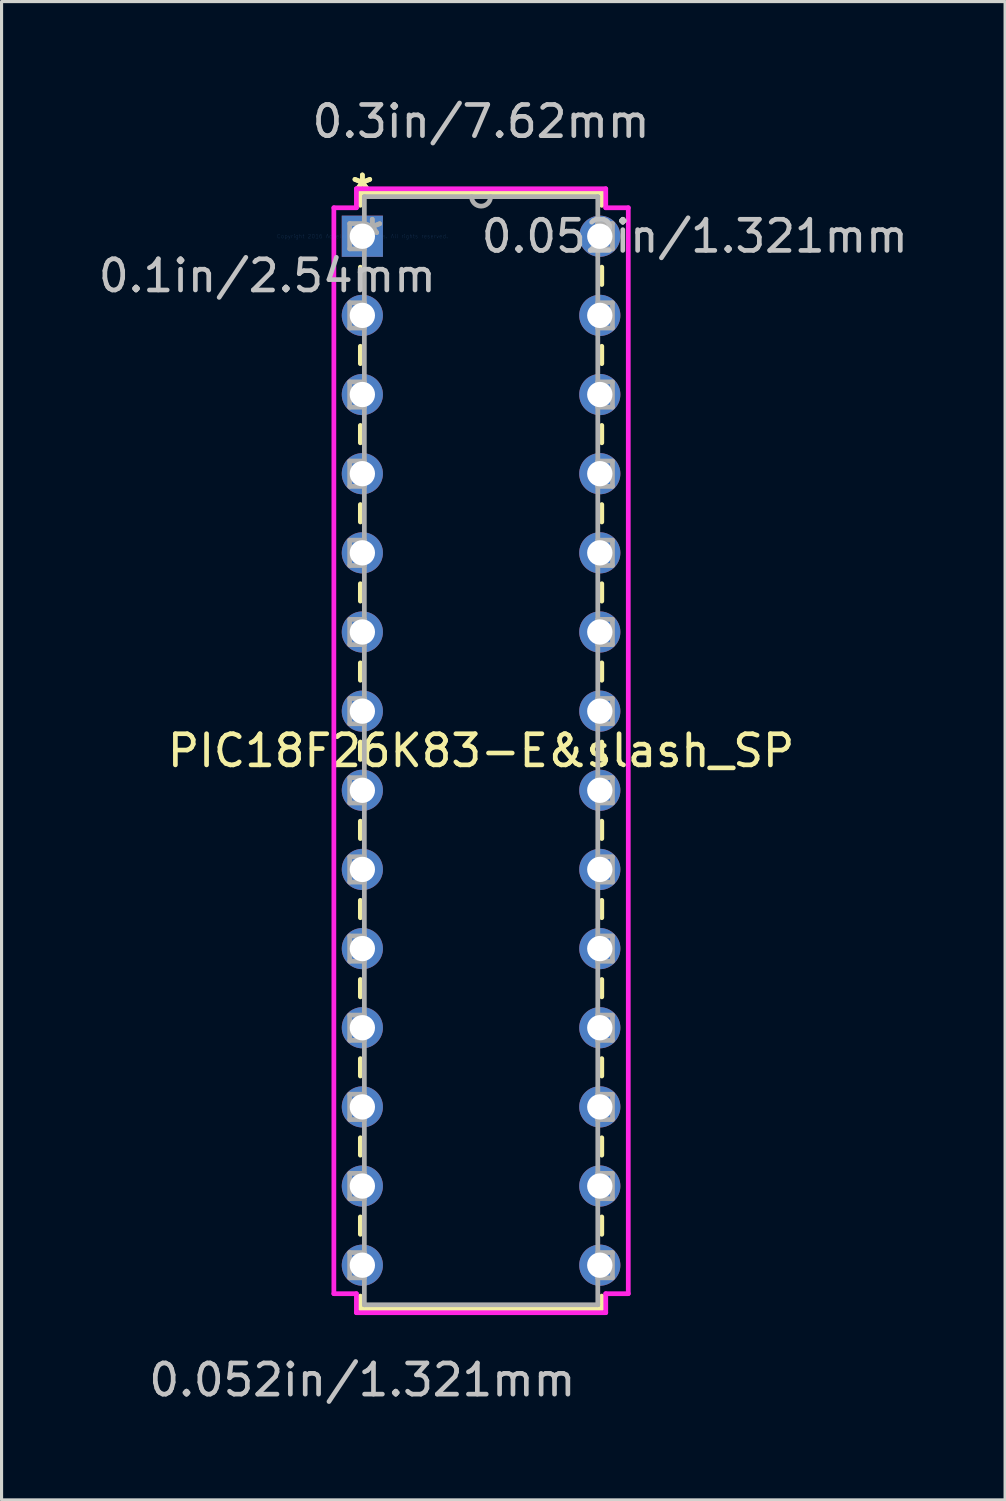
<source format=kicad_pcb>
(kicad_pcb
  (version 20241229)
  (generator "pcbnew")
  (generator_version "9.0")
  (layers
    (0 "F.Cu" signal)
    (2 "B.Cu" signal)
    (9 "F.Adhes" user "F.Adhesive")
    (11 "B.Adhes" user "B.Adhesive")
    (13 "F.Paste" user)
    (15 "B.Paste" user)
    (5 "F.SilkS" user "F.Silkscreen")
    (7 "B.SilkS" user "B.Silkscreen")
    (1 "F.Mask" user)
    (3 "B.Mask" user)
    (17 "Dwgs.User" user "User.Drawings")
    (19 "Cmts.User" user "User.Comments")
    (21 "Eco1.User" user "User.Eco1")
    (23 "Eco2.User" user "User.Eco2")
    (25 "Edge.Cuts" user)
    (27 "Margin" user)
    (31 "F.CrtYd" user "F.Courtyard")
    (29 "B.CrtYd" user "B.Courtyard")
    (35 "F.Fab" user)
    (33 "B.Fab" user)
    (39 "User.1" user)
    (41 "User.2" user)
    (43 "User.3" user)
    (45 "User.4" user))
  (footprint "PIC18F26K83-E&slash_SP"
    (layer "F.Cu")
    (at 8.578 4.531)
    (property "Reference" "PIC18F26K83-E&slash_SP" (at 3.81 16.51 0) (layer "F.SilkS") (effects (font (size 1 1) (thickness 0.15))))
    (attr through_hole)
    (fp_line (start -0.064 -1.397) (end -0.064 -0.993) (stroke (width 0.152) (type solid)) (layer "F.SilkS"))
    (fp_line (start -0.064 0.993) (end -0.064 1.549) (stroke (width 0.152) (type solid)) (layer "F.SilkS"))
    (fp_line (start -0.064 3.531) (end -0.064 4.089) (stroke (width 0.152) (type solid)) (layer "F.SilkS"))
    (fp_line (start -0.064 6.071) (end -0.064 6.629) (stroke (width 0.152) (type solid)) (layer "F.SilkS"))
    (fp_line (start -0.064 8.611) (end -0.064 9.169) (stroke (width 0.152) (type solid)) (layer "F.SilkS"))
    (fp_line (start -0.064 11.151) (end -0.064 11.709) (stroke (width 0.152) (type solid)) (layer "F.SilkS"))
    (fp_line (start -0.064 13.691) (end -0.064 14.249) (stroke (width 0.152) (type solid)) (layer "F.SilkS"))
    (fp_line (start -0.064 16.231) (end -0.064 16.789) (stroke (width 0.152) (type solid)) (layer "F.SilkS"))
    (fp_line (start -0.064 18.771) (end -0.064 19.329) (stroke (width 0.152) (type solid)) (layer "F.SilkS"))
    (fp_line (start -0.064 21.311) (end -0.064 21.869) (stroke (width 0.152) (type solid)) (layer "F.SilkS"))
    (fp_line (start -0.064 23.851) (end -0.064 24.409) (stroke (width 0.152) (type solid)) (layer "F.SilkS"))
    (fp_line (start -0.064 26.391) (end -0.064 26.949) (stroke (width 0.152) (type solid)) (layer "F.SilkS"))
    (fp_line (start -0.064 28.931) (end -0.064 29.489) (stroke (width 0.152) (type solid)) (layer "F.SilkS"))
    (fp_line (start -0.064 31.471) (end -0.064 32.029) (stroke (width 0.152) (type solid)) (layer "F.SilkS"))
    (fp_line (start -0.064 34.011) (end -0.064 34.417) (stroke (width 0.152) (type solid)) (layer "F.SilkS"))
    (fp_line (start -0.064 34.417) (end 7.684 34.417) (stroke (width 0.152) (type solid)) (layer "F.SilkS"))
    (fp_line (start 7.684 -1.397) (end -0.064 -1.397) (stroke (width 0.152) (type solid)) (layer "F.SilkS"))
    (fp_line (start 7.684 -0.991) (end 7.684 -1.397) (stroke (width 0.152) (type solid)) (layer "F.SilkS"))
    (fp_line (start 7.684 1.549) (end 7.684 0.991) (stroke (width 0.152) (type solid)) (layer "F.SilkS"))
    (fp_line (start 7.684 4.089) (end 7.684 3.531) (stroke (width 0.152) (type solid)) (layer "F.SilkS"))
    (fp_line (start 7.684 6.629) (end 7.684 6.071) (stroke (width 0.152) (type solid)) (layer "F.SilkS"))
    (fp_line (start 7.684 9.169) (end 7.684 8.611) (stroke (width 0.152) (type solid)) (layer "F.SilkS"))
    (fp_line (start 7.684 11.709) (end 7.684 11.151) (stroke (width 0.152) (type solid)) (layer "F.SilkS"))
    (fp_line (start 7.684 14.249) (end 7.684 13.691) (stroke (width 0.152) (type solid)) (layer "F.SilkS"))
    (fp_line (start 7.684 16.789) (end 7.684 16.231) (stroke (width 0.152) (type solid)) (layer "F.SilkS"))
    (fp_line (start 7.684 19.329) (end 7.684 18.771) (stroke (width 0.152) (type solid)) (layer "F.SilkS"))
    (fp_line (start 7.684 21.869) (end 7.684 21.311) (stroke (width 0.152) (type solid)) (layer "F.SilkS"))
    (fp_line (start 7.684 24.409) (end 7.684 23.851) (stroke (width 0.152) (type solid)) (layer "F.SilkS"))
    (fp_line (start 7.684 26.949) (end 7.684 26.391) (stroke (width 0.152) (type solid)) (layer "F.SilkS"))
    (fp_line (start 7.684 29.489) (end 7.684 28.931) (stroke (width 0.152) (type solid)) (layer "F.SilkS"))
    (fp_line (start 7.684 32.029) (end 7.684 31.471) (stroke (width 0.152) (type solid)) (layer "F.SilkS"))
    (fp_line (start 7.684 34.417) (end 7.684 34.011) (stroke (width 0.152) (type solid)) (layer "F.SilkS"))
    (fp_line (start -0.914 -0.914) (end -0.914 33.934) (stroke (width 0.152) (type solid)) (layer "F.CrtYd"))
    (fp_line (start -0.914 33.934) (end -0.191 33.934) (stroke (width 0.152) (type solid)) (layer "F.CrtYd"))
    (fp_line (start -0.191 -1.524) (end -0.191 -0.914) (stroke (width 0.152) (type solid)) (layer "F.CrtYd"))
    (fp_line (start -0.191 -0.914) (end -0.914 -0.914) (stroke (width 0.152) (type solid)) (layer "F.CrtYd"))
    (fp_line (start -0.191 33.934) (end -0.191 34.544) (stroke (width 0.152) (type solid)) (layer "F.CrtYd"))
    (fp_line (start -0.191 34.544) (end 7.811 34.544) (stroke (width 0.152) (type solid)) (layer "F.CrtYd"))
    (fp_line (start 7.811 -1.524) (end -0.191 -1.524) (stroke (width 0.152) (type solid)) (layer "F.CrtYd"))
    (fp_line (start 7.811 -0.914) (end 7.811 -1.524) (stroke (width 0.152) (type solid)) (layer "F.CrtYd"))
    (fp_line (start 7.811 33.934) (end 8.534 33.934) (stroke (width 0.152) (type solid)) (layer "F.CrtYd"))
    (fp_line (start 7.811 34.544) (end 7.811 33.934) (stroke (width 0.152) (type solid)) (layer "F.CrtYd"))
    (fp_line (start 8.534 -0.914) (end 7.811 -0.914) (stroke (width 0.152) (type solid)) (layer "F.CrtYd"))
    (fp_line (start 8.534 33.934) (end 8.534 -0.914) (stroke (width 0.152) (type solid)) (layer "F.CrtYd"))
    (fp_line (start -0.406 -0.406) (end -0.406 0.406) (stroke (width 0.152) (type solid)) (layer "F.Fab"))
    (fp_line (start -0.406 0.406) (end 0.064 0.406) (stroke (width 0.152) (type solid)) (layer "F.Fab"))
    (fp_line (start -0.406 2.134) (end -0.406 2.946) (stroke (width 0.152) (type solid)) (layer "F.Fab"))
    (fp_line (start -0.406 2.946) (end 0.064 2.946) (stroke (width 0.152) (type solid)) (layer "F.Fab"))
    (fp_line (start -0.406 4.674) (end -0.406 5.486) (stroke (width 0.152) (type solid)) (layer "F.Fab"))
    (fp_line (start -0.406 5.486) (end 0.064 5.486) (stroke (width 0.152) (type solid)) (layer "F.Fab"))
    (fp_line (start -0.406 7.214) (end -0.406 8.026) (stroke (width 0.152) (type solid)) (layer "F.Fab"))
    (fp_line (start -0.406 8.026) (end 0.064 8.026) (stroke (width 0.152) (type solid)) (layer "F.Fab"))
    (fp_line (start -0.406 9.754) (end -0.406 10.566) (stroke (width 0.152) (type solid)) (layer "F.Fab"))
    (fp_line (start -0.406 10.566) (end 0.064 10.566) (stroke (width 0.152) (type solid)) (layer "F.Fab"))
    (fp_line (start -0.406 12.294) (end -0.406 13.106) (stroke (width 0.152) (type solid)) (layer "F.Fab"))
    (fp_line (start -0.406 13.106) (end 0.064 13.106) (stroke (width 0.152) (type solid)) (layer "F.Fab"))
    (fp_line (start -0.406 14.834) (end -0.406 15.646) (stroke (width 0.152) (type solid)) (layer "F.Fab"))
    (fp_line (start -0.406 15.646) (end 0.064 15.646) (stroke (width 0.152) (type solid)) (layer "F.Fab"))
    (fp_line (start -0.406 17.374) (end -0.406 18.186) (stroke (width 0.152) (type solid)) (layer "F.Fab"))
    (fp_line (start -0.406 18.186) (end 0.064 18.186) (stroke (width 0.152) (type solid)) (layer "F.Fab"))
    (fp_line (start -0.406 19.914) (end -0.406 20.726) (stroke (width 0.152) (type solid)) (layer "F.Fab"))
    (fp_line (start -0.406 20.726) (end 0.064 20.726) (stroke (width 0.152) (type solid)) (layer "F.Fab"))
    (fp_line (start -0.406 22.454) (end -0.406 23.266) (stroke (width 0.152) (type solid)) (layer "F.Fab"))
    (fp_line (start -0.406 23.266) (end 0.064 23.266) (stroke (width 0.152) (type solid)) (layer "F.Fab"))
    (fp_line (start -0.406 24.994) (end -0.406 25.806) (stroke (width 0.152) (type solid)) (layer "F.Fab"))
    (fp_line (start -0.406 25.806) (end 0.064 25.806) (stroke (width 0.152) (type solid)) (layer "F.Fab"))
    (fp_line (start -0.406 27.534) (end -0.406 28.346) (stroke (width 0.152) (type solid)) (layer "F.Fab"))
    (fp_line (start -0.406 28.346) (end 0.064 28.346) (stroke (width 0.152) (type solid)) (layer "F.Fab"))
    (fp_line (start -0.406 30.074) (end -0.406 30.886) (stroke (width 0.152) (type solid)) (layer "F.Fab"))
    (fp_line (start -0.406 30.886) (end 0.064 30.886) (stroke (width 0.152) (type solid)) (layer "F.Fab"))
    (fp_line (start -0.406 32.614) (end -0.406 33.426) (stroke (width 0.152) (type solid)) (layer "F.Fab"))
    (fp_line (start -0.406 33.426) (end 0.064 33.426) (stroke (width 0.152) (type solid)) (layer "F.Fab"))
    (fp_line (start 0.064 -1.27) (end 0.064 34.29) (stroke (width 0.152) (type solid)) (layer "F.Fab"))
    (fp_line (start 0.064 -0.406) (end -0.406 -0.406) (stroke (width 0.152) (type solid)) (layer "F.Fab"))
    (fp_line (start 0.064 0.406) (end 0.064 -0.406) (stroke (width 0.152) (type solid)) (layer "F.Fab"))
    (fp_line (start 0.064 2.134) (end -0.406 2.134) (stroke (width 0.152) (type solid)) (layer "F.Fab"))
    (fp_line (start 0.064 2.946) (end 0.064 2.134) (stroke (width 0.152) (type solid)) (layer "F.Fab"))
    (fp_line (start 0.064 4.674) (end -0.406 4.674) (stroke (width 0.152) (type solid)) (layer "F.Fab"))
    (fp_line (start 0.064 5.486) (end 0.064 4.674) (stroke (width 0.152) (type solid)) (layer "F.Fab"))
    (fp_line (start 0.064 7.214) (end -0.406 7.214) (stroke (width 0.152) (type solid)) (layer "F.Fab"))
    (fp_line (start 0.064 8.026) (end 0.064 7.214) (stroke (width 0.152) (type solid)) (layer "F.Fab"))
    (fp_line (start 0.064 9.754) (end -0.406 9.754) (stroke (width 0.152) (type solid)) (layer "F.Fab"))
    (fp_line (start 0.064 10.566) (end 0.064 9.754) (stroke (width 0.152) (type solid)) (layer "F.Fab"))
    (fp_line (start 0.064 12.294) (end -0.406 12.294) (stroke (width 0.152) (type solid)) (layer "F.Fab"))
    (fp_line (start 0.064 13.106) (end 0.064 12.294) (stroke (width 0.152) (type solid)) (layer "F.Fab"))
    (fp_line (start 0.064 14.834) (end -0.406 14.834) (stroke (width 0.152) (type solid)) (layer "F.Fab"))
    (fp_line (start 0.064 15.646) (end 0.064 14.834) (stroke (width 0.152) (type solid)) (layer "F.Fab"))
    (fp_line (start 0.064 17.374) (end -0.406 17.374) (stroke (width 0.152) (type solid)) (layer "F.Fab"))
    (fp_line (start 0.064 18.186) (end 0.064 17.374) (stroke (width 0.152) (type solid)) (layer "F.Fab"))
    (fp_line (start 0.064 19.914) (end -0.406 19.914) (stroke (width 0.152) (type solid)) (layer "F.Fab"))
    (fp_line (start 0.064 20.726) (end 0.064 19.914) (stroke (width 0.152) (type solid)) (layer "F.Fab"))
    (fp_line (start 0.064 22.454) (end -0.406 22.454) (stroke (width 0.152) (type solid)) (layer "F.Fab"))
    (fp_line (start 0.064 23.266) (end 0.064 22.454) (stroke (width 0.152) (type solid)) (layer "F.Fab"))
    (fp_line (start 0.064 24.994) (end -0.406 24.994) (stroke (width 0.152) (type solid)) (layer "F.Fab"))
    (fp_line (start 0.064 25.806) (end 0.064 24.994) (stroke (width 0.152) (type solid)) (layer "F.Fab"))
    (fp_line (start 0.064 27.534) (end -0.406 27.534) (stroke (width 0.152) (type solid)) (layer "F.Fab"))
    (fp_line (start 0.064 28.346) (end 0.064 27.534) (stroke (width 0.152) (type solid)) (layer "F.Fab"))
    (fp_line (start 0.064 30.074) (end -0.406 30.074) (stroke (width 0.152) (type solid)) (layer "F.Fab"))
    (fp_line (start 0.064 30.886) (end 0.064 30.074) (stroke (width 0.152) (type solid)) (layer "F.Fab"))
    (fp_line (start 0.064 32.614) (end -0.406 32.614) (stroke (width 0.152) (type solid)) (layer "F.Fab"))
    (fp_line (start 0.064 33.426) (end 0.064 32.614) (stroke (width 0.152) (type solid)) (layer "F.Fab"))
    (fp_line (start 0.064 34.29) (end 7.556 34.29) (stroke (width 0.152) (type solid)) (layer "F.Fab"))
    (fp_line (start 7.556 -1.27) (end 0.064 -1.27) (stroke (width 0.152) (type solid)) (layer "F.Fab"))
    (fp_line (start 7.556 -0.406) (end 7.556 0.406) (stroke (width 0.152) (type solid)) (layer "F.Fab"))
    (fp_line (start 7.556 0.406) (end 8.026 0.406) (stroke (width 0.152) (type solid)) (layer "F.Fab"))
    (fp_line (start 7.556 2.134) (end 7.556 2.946) (stroke (width 0.152) (type solid)) (layer "F.Fab"))
    (fp_line (start 7.556 2.946) (end 8.026 2.946) (stroke (width 0.152) (type solid)) (layer "F.Fab"))
    (fp_line (start 7.556 4.674) (end 7.556 5.486) (stroke (width 0.152) (type solid)) (layer "F.Fab"))
    (fp_line (start 7.556 5.486) (end 8.026 5.486) (stroke (width 0.152) (type solid)) (layer "F.Fab"))
    (fp_line (start 7.556 7.214) (end 7.556 8.026) (stroke (width 0.152) (type solid)) (layer "F.Fab"))
    (fp_line (start 7.556 8.026) (end 8.026 8.026) (stroke (width 0.152) (type solid)) (layer "F.Fab"))
    (fp_line (start 7.556 9.754) (end 7.556 10.566) (stroke (width 0.152) (type solid)) (layer "F.Fab"))
    (fp_line (start 7.556 10.566) (end 8.026 10.566) (stroke (width 0.152) (type solid)) (layer "F.Fab"))
    (fp_line (start 7.556 12.294) (end 7.556 13.106) (stroke (width 0.152) (type solid)) (layer "F.Fab"))
    (fp_line (start 7.556 13.106) (end 8.026 13.106) (stroke (width 0.152) (type solid)) (layer "F.Fab"))
    (fp_line (start 7.556 14.834) (end 7.556 15.646) (stroke (width 0.152) (type solid)) (layer "F.Fab"))
    (fp_line (start 7.556 15.646) (end 8.026 15.646) (stroke (width 0.152) (type solid)) (layer "F.Fab"))
    (fp_line (start 7.556 17.374) (end 7.556 18.186) (stroke (width 0.152) (type solid)) (layer "F.Fab"))
    (fp_line (start 7.556 18.186) (end 8.026 18.186) (stroke (width 0.152) (type solid)) (layer "F.Fab"))
    (fp_line (start 7.556 19.914) (end 7.556 20.726) (stroke (width 0.152) (type solid)) (layer "F.Fab"))
    (fp_line (start 7.556 20.726) (end 8.026 20.726) (stroke (width 0.152) (type solid)) (layer "F.Fab"))
    (fp_line (start 7.556 22.454) (end 7.556 23.266) (stroke (width 0.152) (type solid)) (layer "F.Fab"))
    (fp_line (start 7.556 23.266) (end 8.026 23.266) (stroke (width 0.152) (type solid)) (layer "F.Fab"))
    (fp_line (start 7.556 24.994) (end 7.556 25.806) (stroke (width 0.152) (type solid)) (layer "F.Fab"))
    (fp_line (start 7.556 25.806) (end 8.026 25.806) (stroke (width 0.152) (type solid)) (layer "F.Fab"))
    (fp_line (start 7.556 27.534) (end 7.556 28.346) (stroke (width 0.152) (type solid)) (layer "F.Fab"))
    (fp_line (start 7.556 28.346) (end 8.026 28.346) (stroke (width 0.152) (type solid)) (layer "F.Fab"))
    (fp_line (start 7.556 30.074) (end 7.556 30.886) (stroke (width 0.152) (type solid)) (layer "F.Fab"))
    (fp_line (start 7.556 30.886) (end 8.026 30.886) (stroke (width 0.152) (type solid)) (layer "F.Fab"))
    (fp_line (start 7.556 32.614) (end 7.556 33.426) (stroke (width 0.152) (type solid)) (layer "F.Fab"))
    (fp_line (start 7.556 33.426) (end 8.026 33.426) (stroke (width 0.152) (type solid)) (layer "F.Fab"))
    (fp_line (start 7.556 34.29) (end 7.556 -1.27) (stroke (width 0.152) (type solid)) (layer "F.Fab"))
    (fp_line (start 8.026 -0.406) (end 7.556 -0.406) (stroke (width 0.152) (type solid)) (layer "F.Fab"))
    (fp_line (start 8.026 0.406) (end 8.026 -0.406) (stroke (width 0.152) (type solid)) (layer "F.Fab"))
    (fp_line (start 8.026 2.134) (end 7.556 2.134) (stroke (width 0.152) (type solid)) (layer "F.Fab"))
    (fp_line (start 8.026 2.946) (end 8.026 2.134) (stroke (width 0.152) (type solid)) (layer "F.Fab"))
    (fp_line (start 8.026 4.674) (end 7.556 4.674) (stroke (width 0.152) (type solid)) (layer "F.Fab"))
    (fp_line (start 8.026 5.486) (end 8.026 4.674) (stroke (width 0.152) (type solid)) (layer "F.Fab"))
    (fp_line (start 8.026 7.214) (end 7.556 7.214) (stroke (width 0.152) (type solid)) (layer "F.Fab"))
    (fp_line (start 8.026 8.026) (end 8.026 7.214) (stroke (width 0.152) (type solid)) (layer "F.Fab"))
    (fp_line (start 8.026 9.754) (end 7.556 9.754) (stroke (width 0.152) (type solid)) (layer "F.Fab"))
    (fp_line (start 8.026 10.566) (end 8.026 9.754) (stroke (width 0.152) (type solid)) (layer "F.Fab"))
    (fp_line (start 8.026 12.294) (end 7.556 12.294) (stroke (width 0.152) (type solid)) (layer "F.Fab"))
    (fp_line (start 8.026 13.106) (end 8.026 12.294) (stroke (width 0.152) (type solid)) (layer "F.Fab"))
    (fp_line (start 8.026 14.834) (end 7.556 14.834) (stroke (width 0.152) (type solid)) (layer "F.Fab"))
    (fp_line (start 8.026 15.646) (end 8.026 14.834) (stroke (width 0.152) (type solid)) (layer "F.Fab"))
    (fp_line (start 8.026 17.374) (end 7.556 17.374) (stroke (width 0.152) (type solid)) (layer "F.Fab"))
    (fp_line (start 8.026 18.186) (end 8.026 17.374) (stroke (width 0.152) (type solid)) (layer "F.Fab"))
    (fp_line (start 8.026 19.914) (end 7.556 19.914) (stroke (width 0.152) (type solid)) (layer "F.Fab"))
    (fp_line (start 8.026 20.726) (end 8.026 19.914) (stroke (width 0.152) (type solid)) (layer "F.Fab"))
    (fp_line (start 8.026 22.454) (end 7.556 22.454) (stroke (width 0.152) (type solid)) (layer "F.Fab"))
    (fp_line (start 8.026 23.266) (end 8.026 22.454) (stroke (width 0.152) (type solid)) (layer "F.Fab"))
    (fp_line (start 8.026 24.994) (end 7.556 24.994) (stroke (width 0.152) (type solid)) (layer "F.Fab"))
    (fp_line (start 8.026 25.806) (end 8.026 24.994) (stroke (width 0.152) (type solid)) (layer "F.Fab"))
    (fp_line (start 8.026 27.534) (end 7.556 27.534) (stroke (width 0.152) (type solid)) (layer "F.Fab"))
    (fp_line (start 8.026 28.346) (end 8.026 27.534) (stroke (width 0.152) (type solid)) (layer "F.Fab"))
    (fp_line (start 8.026 30.074) (end 7.556 30.074) (stroke (width 0.152) (type solid)) (layer "F.Fab"))
    (fp_line (start 8.026 30.886) (end 8.026 30.074) (stroke (width 0.152) (type solid)) (layer "F.Fab"))
    (fp_line (start 8.026 32.614) (end 7.556 32.614) (stroke (width 0.152) (type solid)) (layer "F.Fab"))
    (fp_line (start 8.026 33.426) (end 8.026 32.614) (stroke (width 0.152) (type solid)) (layer "F.Fab"))
    (fp_arc (start 4.1148 -1.27) (mid 3.81 -0.9652) (end 3.5052 -1.27) (stroke (width 0.1524) (type solid)) (layer "F.Fab"))
    (fp_text user "*" (at 0 -1.422 0) (layer "F.SilkS") (effects (font (size 1 1) (thickness 0.15))))
    (fp_text user "*" (at 0 -1.422 0) (layer "F.SilkS") (effects (font (size 1 1) (thickness 0.15))))
    (fp_text user "0.052in/1.321mm" (at 0 36.703 0) (layer "Dwgs.User") (effects (font (size 1 1) (thickness 0.15))))
    (fp_text user "0.1in/2.54mm" (at -3.048 1.27 0) (layer "Dwgs.User") (effects (font (size 1 1) (thickness 0.15))))
    (fp_text user "0.3in/7.62mm" (at 3.81 -3.683 0) (layer "Dwgs.User") (effects (font (size 1 1) (thickness 0.15))))
    (fp_text user "0.052in/1.321mm" (at 10.668 0 0) (layer "Dwgs.User") (effects (font (size 1 1) (thickness 0.15))))
    (fp_text user "Copyright 2016 Accelerated Designs. All rights reserved." (at 0 0 0) (layer "Cmts.User") (effects (font (size 0.127 0.127) (thickness 0.002))))
    (fp_text user "*" (at 0.318 0 0) (layer "F.Fab") (effects (font (size 1 1) (thickness 0.15))))
    (fp_text user "*" (at 0.318 0 0) (layer "F.Fab") (effects (font (size 1 1) (thickness 0.15))))
    (pad "1" thru_hole rect (at 0 0) (size 1.321 1.321) (drill 0.813) (layers "*.Cu" "*.Mask"))
    (pad "2" thru_hole circle (at 0 2.54) (size 1.321 1.321) (drill 0.813) (layers "*.Cu" "*.Mask"))
    (pad "3" thru_hole circle (at 0 5.08) (size 1.321 1.321) (drill 0.813) (layers "*.Cu" "*.Mask"))
    (pad "4" thru_hole circle (at 0 7.62) (size 1.321 1.321) (drill 0.813) (layers "*.Cu" "*.Mask"))
    (pad "5" thru_hole circle (at 0 10.16) (size 1.321 1.321) (drill 0.813) (layers "*.Cu" "*.Mask"))
    (pad "6" thru_hole circle (at 0 12.7) (size 1.321 1.321) (drill 0.813) (layers "*.Cu" "*.Mask"))
    (pad "7" thru_hole circle (at 0 15.24) (size 1.321 1.321) (drill 0.813) (layers "*.Cu" "*.Mask"))
    (pad "8" thru_hole circle (at 0 17.78) (size 1.321 1.321) (drill 0.813) (layers "*.Cu" "*.Mask"))
    (pad "9" thru_hole circle (at 0 20.32) (size 1.321 1.321) (drill 0.813) (layers "*.Cu" "*.Mask"))
    (pad "10" thru_hole circle (at 0 22.86) (size 1.321 1.321) (drill 0.813) (layers "*.Cu" "*.Mask"))
    (pad "11" thru_hole circle (at 0 25.4) (size 1.321 1.321) (drill 0.813) (layers "*.Cu" "*.Mask"))
    (pad "12" thru_hole circle (at 0 27.94) (size 1.321 1.321) (drill 0.813) (layers "*.Cu" "*.Mask"))
    (pad "13" thru_hole circle (at 0 30.48) (size 1.321 1.321) (drill 0.813) (layers "*.Cu" "*.Mask"))
    (pad "14" thru_hole circle (at 0 33.02) (size 1.321 1.321) (drill 0.813) (layers "*.Cu" "*.Mask"))
    (pad "15" thru_hole circle (at 7.62 33.02) (size 1.321 1.321) (drill 0.813) (layers "*.Cu" "*.Mask"))
    (pad "16" thru_hole circle (at 7.62 30.48) (size 1.321 1.321) (drill 0.813) (layers "*.Cu" "*.Mask"))
    (pad "17" thru_hole circle (at 7.62 27.94) (size 1.321 1.321) (drill 0.813) (layers "*.Cu" "*.Mask"))
    (pad "18" thru_hole circle (at 7.62 25.4) (size 1.321 1.321) (drill 0.813) (layers "*.Cu" "*.Mask"))
    (pad "19" thru_hole circle (at 7.62 22.86) (size 1.321 1.321) (drill 0.813) (layers "*.Cu" "*.Mask"))
    (pad "20" thru_hole circle (at 7.62 20.32) (size 1.321 1.321) (drill 0.813) (layers "*.Cu" "*.Mask"))
    (pad "21" thru_hole circle (at 7.62 17.78) (size 1.321 1.321) (drill 0.813) (layers "*.Cu" "*.Mask"))
    (pad "22" thru_hole circle (at 7.62 15.24) (size 1.321 1.321) (drill 0.813) (layers "*.Cu" "*.Mask"))
    (pad "23" thru_hole circle (at 7.62 12.7) (size 1.321 1.321) (drill 0.813) (layers "*.Cu" "*.Mask"))
    (pad "24" thru_hole circle (at 7.62 10.16) (size 1.321 1.321) (drill 0.813) (layers "*.Cu" "*.Mask"))
    (pad "25" thru_hole circle (at 7.62 7.62) (size 1.321 1.321) (drill 0.813) (layers "*.Cu" "*.Mask"))
    (pad "26" thru_hole circle (at 7.62 5.08) (size 1.321 1.321) (drill 0.813) (layers "*.Cu" "*.Mask"))
    (pad "27" thru_hole circle (at 7.62 2.54) (size 1.321 1.321) (drill 0.813) (layers "*.Cu" "*.Mask"))
    (pad "28" thru_hole circle (at 7.62 0) (size 1.321 1.321) (drill 0.813) (layers "*.Cu" "*.Mask")))
  (gr_rect
    (start -3 -3)
    (end 29.204 45.083)
    (stroke (width 0.1) (type default))
    (fill no)
    (layer "Edge.Cuts")))
</source>
